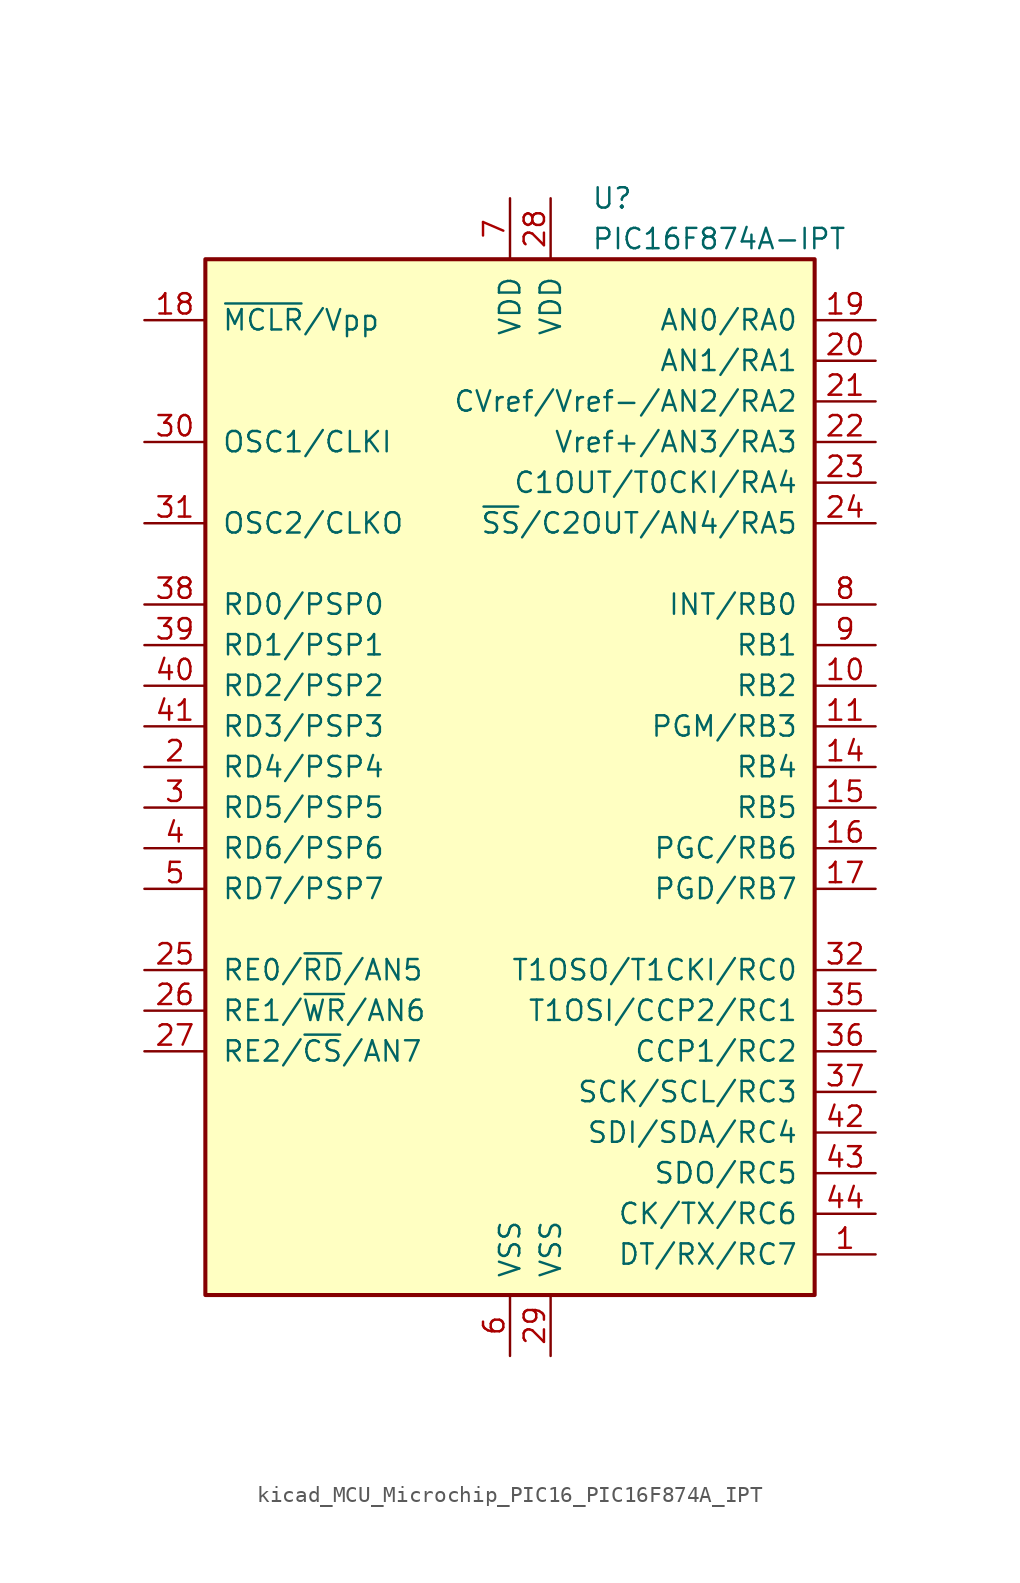
<source format=kicad_sym>
(kicad_symbol_lib
  (version 20220914)
  (generator kicad_symbol_editor)
  (symbol "kicad_MCU_Microchip_PIC16_PIC16F874A_IPT"
    (pin_names
      (offset 1.016))
    (property "Reference" "U"
      (at 5.08 35.56 0)
      (effects (font (size 1.27 1.27)) (justify left)))
    (property "Value" "PIC16F874A-IPT"
      (at 5.08 33.02 0)
      (effects (font (size 1.27 1.27)) (justify left)))
    (symbol "kicad_MCU_Microchip_PIC16_PIC16F874A_IPT_0_1"
      (rectangle (start -19.05 31.75) (end 19.05 -33.02) (stroke (width 0.254) (type default)) (fill (type background))))
    (symbol "kicad_MCU_Microchip_PIC16_PIC16F874A_IPT_1_1"
      (pin bidirectional line (at 22.86 -30.48 180) (length 3.81) (name "DT/RX/RC7" (effects (font (size 1.27 1.27)))) (number "1" (effects (font (size 1.27 1.27)))))
      (pin bidirectional line (at 22.86 5.08 180) (length 3.81) (name "RB2" (effects (font (size 1.27 1.27)))) (number "10" (effects (font (size 1.27 1.27)))))
      (pin bidirectional line (at 22.86 2.54 180) (length 3.81) (name "PGM/RB3" (effects (font (size 1.27 1.27)))) (number "11" (effects (font (size 1.27 1.27)))))
      (pin bidirectional line (at 22.86 0 180) (length 3.81) (name "RB4" (effects (font (size 1.27 1.27)))) (number "14" (effects (font (size 1.27 1.27)))))
      (pin bidirectional line (at 22.86 -2.54 180) (length 3.81) (name "RB5" (effects (font (size 1.27 1.27)))) (number "15" (effects (font (size 1.27 1.27)))))
      (pin bidirectional line (at 22.86 -5.08 180) (length 3.81) (name "PGC/RB6" (effects (font (size 1.27 1.27)))) (number "16" (effects (font (size 1.27 1.27)))))
      (pin bidirectional line (at 22.86 -7.62 180) (length 3.81) (name "PGD/RB7" (effects (font (size 1.27 1.27)))) (number "17" (effects (font (size 1.27 1.27)))))
      (pin input line (at -22.86 27.94 0) (length 3.81) (name "~{MCLR}/Vpp" (effects (font (size 1.27 1.27)))) (number "18" (effects (font (size 1.27 1.27)))))
      (pin bidirectional line (at 22.86 27.94 180) (length 3.81) (name "AN0/RA0" (effects (font (size 1.27 1.27)))) (number "19" (effects (font (size 1.27 1.27)))))
      (pin bidirectional line (at -22.86 0 0) (length 3.81) (name "RD4/PSP4" (effects (font (size 1.27 1.27)))) (number "2" (effects (font (size 1.27 1.27)))))
      (pin bidirectional line (at 22.86 25.4 180) (length 3.81) (name "AN1/RA1" (effects (font (size 1.27 1.27)))) (number "20" (effects (font (size 1.27 1.27)))))
      (pin bidirectional line (at 22.86 22.86 180) (length 3.81) (name "CVref/Vref-/AN2/RA2" (effects (font (size 1.27 1.27)))) (number "21" (effects (font (size 1.27 1.27)))))
      (pin bidirectional line (at 22.86 20.32 180) (length 3.81) (name "Vref+/AN3/RA3" (effects (font (size 1.27 1.27)))) (number "22" (effects (font (size 1.27 1.27)))))
      (pin bidirectional line (at 22.86 17.78 180) (length 3.81) (name "C1OUT/T0CKI/RA4" (effects (font (size 1.27 1.27)))) (number "23" (effects (font (size 1.27 1.27)))))
      (pin bidirectional line (at 22.86 15.24 180) (length 3.81) (name "~{SS}/C2OUT/AN4/RA5" (effects (font (size 1.27 1.27)))) (number "24" (effects (font (size 1.27 1.27)))))
      (pin bidirectional line (at -22.86 -12.7 0) (length 3.81) (name "RE0/~{RD}/AN5" (effects (font (size 1.27 1.27)))) (number "25" (effects (font (size 1.27 1.27)))))
      (pin bidirectional line (at -22.86 -15.24 0) (length 3.81) (name "RE1/~{WR}/AN6" (effects (font (size 1.27 1.27)))) (number "26" (effects (font (size 1.27 1.27)))))
      (pin bidirectional line (at -22.86 -17.78 0) (length 3.81) (name "RE2/~{CS}/AN7" (effects (font (size 1.27 1.27)))) (number "27" (effects (font (size 1.27 1.27)))))
      (pin power_in line (at 2.54 35.56 270) (length 3.81) (name "VDD" (effects (font (size 1.27 1.27)))) (number "28" (effects (font (size 1.27 1.27)))))
      (pin power_in line (at 2.54 -36.83 90) (length 3.81) (name "VSS" (effects (font (size 1.27 1.27)))) (number "29" (effects (font (size 1.27 1.27)))))
      (pin bidirectional line (at -22.86 -2.54 0) (length 3.81) (name "RD5/PSP5" (effects (font (size 1.27 1.27)))) (number "3" (effects (font (size 1.27 1.27)))))
      (pin input line (at -22.86 20.32 0) (length 3.81) (name "OSC1/CLKI" (effects (font (size 1.27 1.27)))) (number "30" (effects (font (size 1.27 1.27)))))
      (pin output line (at -22.86 15.24 0) (length 3.81) (name "OSC2/CLKO" (effects (font (size 1.27 1.27)))) (number "31" (effects (font (size 1.27 1.27)))))
      (pin bidirectional line (at 22.86 -12.7 180) (length 3.81) (name "T1OSO/T1CKI/RC0" (effects (font (size 1.27 1.27)))) (number "32" (effects (font (size 1.27 1.27)))))
      (pin bidirectional line (at 22.86 -15.24 180) (length 3.81) (name "T1OSI/CCP2/RC1" (effects (font (size 1.27 1.27)))) (number "35" (effects (font (size 1.27 1.27)))))
      (pin bidirectional line (at 22.86 -17.78 180) (length 3.81) (name "CCP1/RC2" (effects (font (size 1.27 1.27)))) (number "36" (effects (font (size 1.27 1.27)))))
      (pin bidirectional line (at 22.86 -20.32 180) (length 3.81) (name "SCK/SCL/RC3" (effects (font (size 1.27 1.27)))) (number "37" (effects (font (size 1.27 1.27)))))
      (pin bidirectional line (at -22.86 10.16 0) (length 3.81) (name "RD0/PSP0" (effects (font (size 1.27 1.27)))) (number "38" (effects (font (size 1.27 1.27)))))
      (pin bidirectional line (at -22.86 7.62 0) (length 3.81) (name "RD1/PSP1" (effects (font (size 1.27 1.27)))) (number "39" (effects (font (size 1.27 1.27)))))
      (pin bidirectional line (at -22.86 -5.08 0) (length 3.81) (name "RD6/PSP6" (effects (font (size 1.27 1.27)))) (number "4" (effects (font (size 1.27 1.27)))))
      (pin bidirectional line (at -22.86 5.08 0) (length 3.81) (name "RD2/PSP2" (effects (font (size 1.27 1.27)))) (number "40" (effects (font (size 1.27 1.27)))))
      (pin bidirectional line (at -22.86 2.54 0) (length 3.81) (name "RD3/PSP3" (effects (font (size 1.27 1.27)))) (number "41" (effects (font (size 1.27 1.27)))))
      (pin bidirectional line (at 22.86 -22.86 180) (length 3.81) (name "SDI/SDA/RC4" (effects (font (size 1.27 1.27)))) (number "42" (effects (font (size 1.27 1.27)))))
      (pin bidirectional line (at 22.86 -25.4 180) (length 3.81) (name "SDO/RC5" (effects (font (size 1.27 1.27)))) (number "43" (effects (font (size 1.27 1.27)))))
      (pin bidirectional line (at 22.86 -27.94 180) (length 3.81) (name "CK/TX/RC6" (effects (font (size 1.27 1.27)))) (number "44" (effects (font (size 1.27 1.27)))))
      (pin bidirectional line (at -22.86 -7.62 0) (length 3.81) (name "RD7/PSP7" (effects (font (size 1.27 1.27)))) (number "5" (effects (font (size 1.27 1.27)))))
      (pin power_in line (at 0 -36.83 90) (length 3.81) (name "VSS" (effects (font (size 1.27 1.27)))) (number "6" (effects (font (size 1.27 1.27)))))
      (pin power_in line (at 0 35.56 270) (length 3.81) (name "VDD" (effects (font (size 1.27 1.27)))) (number "7" (effects (font (size 1.27 1.27)))))
      (pin bidirectional line (at 22.86 10.16 180) (length 3.81) (name "INT/RB0" (effects (font (size 1.27 1.27)))) (number "8" (effects (font (size 1.27 1.27)))))
      (pin bidirectional line (at 22.86 7.62 180) (length 3.81) (name "RB1" (effects (font (size 1.27 1.27)))) (number "9" (effects (font (size 1.27 1.27))))))))
</source>
